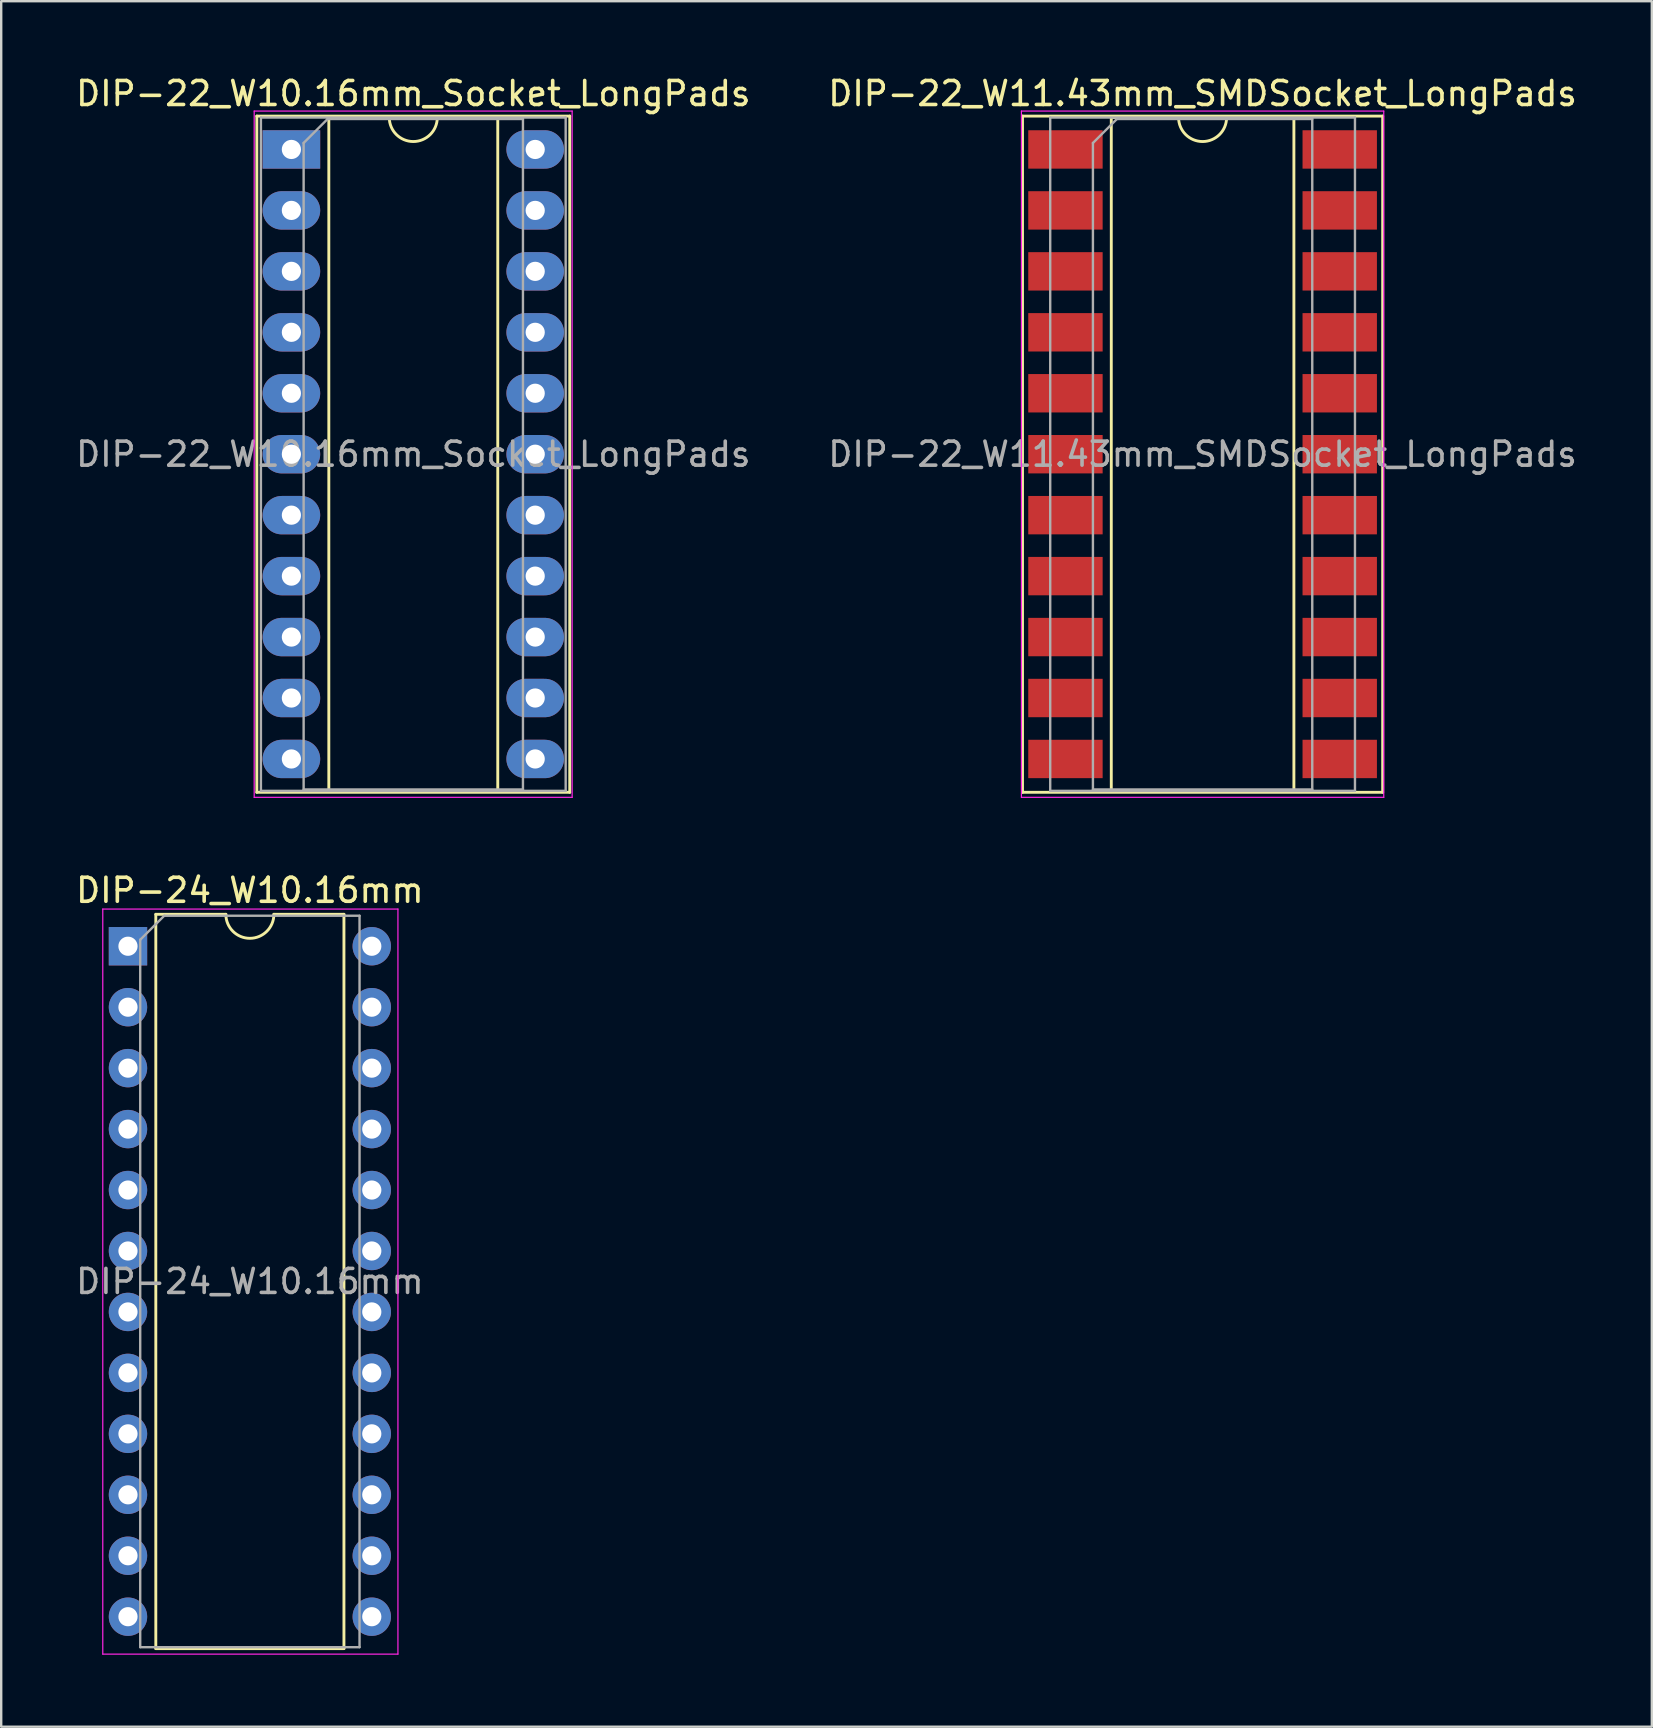
<source format=kicad_pcb>
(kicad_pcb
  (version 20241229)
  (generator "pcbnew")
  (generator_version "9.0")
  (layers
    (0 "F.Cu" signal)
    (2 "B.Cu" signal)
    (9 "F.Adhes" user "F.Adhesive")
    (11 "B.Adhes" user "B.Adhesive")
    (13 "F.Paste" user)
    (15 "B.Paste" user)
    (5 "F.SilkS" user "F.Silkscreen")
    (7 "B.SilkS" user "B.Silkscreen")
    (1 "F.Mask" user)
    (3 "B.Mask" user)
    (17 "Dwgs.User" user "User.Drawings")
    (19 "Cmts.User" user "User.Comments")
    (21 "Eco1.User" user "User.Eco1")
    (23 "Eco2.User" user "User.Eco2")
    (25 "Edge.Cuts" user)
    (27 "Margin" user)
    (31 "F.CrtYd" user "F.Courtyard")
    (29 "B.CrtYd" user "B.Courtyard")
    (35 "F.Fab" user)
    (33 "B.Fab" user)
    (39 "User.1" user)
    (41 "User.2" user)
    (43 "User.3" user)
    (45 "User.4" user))
  (footprint "DIP-24_W10.16mm"
    (layer "F.Cu")
    (at 2.283 36.382)
    (property "Reference" "DIP-24_W10.16mm" (at 5.08 -2.33 0) (layer "F.SilkS") (effects (font (size 1 1) (thickness 0.15))))
    (attr through_hole)
    (fp_line (start 1.16 -1.33) (end 1.16 29.27) (stroke (width 0.12) (type solid)) (layer "F.SilkS"))
    (fp_line (start 1.16 29.27) (end 9 29.27) (stroke (width 0.12) (type solid)) (layer "F.SilkS"))
    (fp_line (start 4.08 -1.33) (end 1.16 -1.33) (stroke (width 0.12) (type solid)) (layer "F.SilkS"))
    (fp_line (start 9 -1.33) (end 6.08 -1.33) (stroke (width 0.12) (type solid)) (layer "F.SilkS"))
    (fp_line (start 9 29.27) (end 9 -1.33) (stroke (width 0.12) (type solid)) (layer "F.SilkS"))
    (fp_arc (start 6.08 -1.33) (mid 5.08 -0.33) (end 4.08 -1.33) (stroke (width 0.12) (type solid)) (layer "F.SilkS"))
    (fp_line (start -1.05 -1.55) (end -1.05 29.5) (stroke (width 0.05) (type solid)) (layer "F.CrtYd"))
    (fp_line (start -1.05 29.5) (end 11.25 29.5) (stroke (width 0.05) (type solid)) (layer "F.CrtYd"))
    (fp_line (start 11.25 -1.55) (end -1.05 -1.55) (stroke (width 0.05) (type solid)) (layer "F.CrtYd"))
    (fp_line (start 11.25 29.5) (end 11.25 -1.55) (stroke (width 0.05) (type solid)) (layer "F.CrtYd"))
    (fp_line (start 0.51 -0.27) (end 1.51 -1.27) (stroke (width 0.1) (type solid)) (layer "F.Fab"))
    (fp_line (start 0.51 29.21) (end 0.51 -0.27) (stroke (width 0.1) (type solid)) (layer "F.Fab"))
    (fp_line (start 1.51 -1.27) (end 9.65 -1.27) (stroke (width 0.1) (type solid)) (layer "F.Fab"))
    (fp_line (start 9.65 -1.27) (end 9.65 29.21) (stroke (width 0.1) (type solid)) (layer "F.Fab"))
    (fp_line (start 9.65 29.21) (end 0.51 29.21) (stroke (width 0.1) (type solid)) (layer "F.Fab"))
    (fp_text user "${REFERENCE}" (at 5.08 13.97 0) (layer "F.Fab") (effects (font (size 1 1) (thickness 0.15))))
    (pad "1" thru_hole rect (at 0 0) (size 1.6 1.6) (drill 0.8) (layers "*.Cu" "*.Mask"))
    (pad "2" thru_hole oval (at 0 2.54) (size 1.6 1.6) (drill 0.8) (layers "*.Cu" "*.Mask"))
    (pad "3" thru_hole oval (at 0 5.08) (size 1.6 1.6) (drill 0.8) (layers "*.Cu" "*.Mask"))
    (pad "4" thru_hole oval (at 0 7.62) (size 1.6 1.6) (drill 0.8) (layers "*.Cu" "*.Mask"))
    (pad "5" thru_hole oval (at 0 10.16) (size 1.6 1.6) (drill 0.8) (layers "*.Cu" "*.Mask"))
    (pad "6" thru_hole oval (at 0 12.7) (size 1.6 1.6) (drill 0.8) (layers "*.Cu" "*.Mask"))
    (pad "7" thru_hole oval (at 0 15.24) (size 1.6 1.6) (drill 0.8) (layers "*.Cu" "*.Mask"))
    (pad "8" thru_hole oval (at 0 17.78) (size 1.6 1.6) (drill 0.8) (layers "*.Cu" "*.Mask"))
    (pad "9" thru_hole oval (at 0 20.32) (size 1.6 1.6) (drill 0.8) (layers "*.Cu" "*.Mask"))
    (pad "10" thru_hole oval (at 0 22.86) (size 1.6 1.6) (drill 0.8) (layers "*.Cu" "*.Mask"))
    (pad "11" thru_hole oval (at 0 25.4) (size 1.6 1.6) (drill 0.8) (layers "*.Cu" "*.Mask"))
    (pad "12" thru_hole oval (at 0 27.94) (size 1.6 1.6) (drill 0.8) (layers "*.Cu" "*.Mask"))
    (pad "13" thru_hole oval (at 10.16 27.94) (size 1.6 1.6) (drill 0.8) (layers "*.Cu" "*.Mask"))
    (pad "14" thru_hole oval (at 10.16 25.4) (size 1.6 1.6) (drill 0.8) (layers "*.Cu" "*.Mask"))
    (pad "15" thru_hole oval (at 10.16 22.86) (size 1.6 1.6) (drill 0.8) (layers "*.Cu" "*.Mask"))
    (pad "16" thru_hole oval (at 10.16 20.32) (size 1.6 1.6) (drill 0.8) (layers "*.Cu" "*.Mask"))
    (pad "17" thru_hole oval (at 10.16 17.78) (size 1.6 1.6) (drill 0.8) (layers "*.Cu" "*.Mask"))
    (pad "18" thru_hole oval (at 10.16 15.24) (size 1.6 1.6) (drill 0.8) (layers "*.Cu" "*.Mask"))
    (pad "19" thru_hole oval (at 10.16 12.7) (size 1.6 1.6) (drill 0.8) (layers "*.Cu" "*.Mask"))
    (pad "20" thru_hole oval (at 10.16 10.16) (size 1.6 1.6) (drill 0.8) (layers "*.Cu" "*.Mask"))
    (pad "21" thru_hole oval (at 10.16 7.62) (size 1.6 1.6) (drill 0.8) (layers "*.Cu" "*.Mask"))
    (pad "22" thru_hole oval (at 10.16 5.08) (size 1.6 1.6) (drill 0.8) (layers "*.Cu" "*.Mask"))
    (pad "23" thru_hole oval (at 10.16 2.54) (size 1.6 1.6) (drill 0.8) (layers "*.Cu" "*.Mask"))
    (pad "24" thru_hole oval (at 10.16 0) (size 1.6 1.6) (drill 0.8) (layers "*.Cu" "*.Mask")))
  (footprint "DIP-22_W10.16mm_Socket_LongPads"
    (layer "F.Cu")
    (at 9.093 3.178)
    (property "Reference" "DIP-22_W10.16mm_Socket_LongPads" (at 5.08 -2.33 0) (layer "F.SilkS") (effects (font (size 1 1) (thickness 0.15))))
    (attr through_hole)
    (fp_line (start -1.44 -1.39) (end -1.44 26.79) (stroke (width 0.12) (type solid)) (layer "F.SilkS"))
    (fp_line (start -1.44 26.79) (end 11.6 26.79) (stroke (width 0.12) (type solid)) (layer "F.SilkS"))
    (fp_line (start 1.56 -1.33) (end 1.56 26.73) (stroke (width 0.12) (type solid)) (layer "F.SilkS"))
    (fp_line (start 1.56 26.73) (end 8.6 26.73) (stroke (width 0.12) (type solid)) (layer "F.SilkS"))
    (fp_line (start 4.08 -1.33) (end 1.56 -1.33) (stroke (width 0.12) (type solid)) (layer "F.SilkS"))
    (fp_line (start 8.6 -1.33) (end 6.08 -1.33) (stroke (width 0.12) (type solid)) (layer "F.SilkS"))
    (fp_line (start 8.6 26.73) (end 8.6 -1.33) (stroke (width 0.12) (type solid)) (layer "F.SilkS"))
    (fp_line (start 11.6 -1.39) (end -1.44 -1.39) (stroke (width 0.12) (type solid)) (layer "F.SilkS"))
    (fp_line (start 11.6 26.79) (end 11.6 -1.39) (stroke (width 0.12) (type solid)) (layer "F.SilkS"))
    (fp_arc (start 6.08 -1.33) (mid 5.08 -0.33) (end 4.08 -1.33) (stroke (width 0.12) (type solid)) (layer "F.SilkS"))
    (fp_line (start -1.55 -1.6) (end -1.55 27) (stroke (width 0.05) (type solid)) (layer "F.CrtYd"))
    (fp_line (start -1.55 27) (end 11.7 27) (stroke (width 0.05) (type solid)) (layer "F.CrtYd"))
    (fp_line (start 11.7 -1.6) (end -1.55 -1.6) (stroke (width 0.05) (type solid)) (layer "F.CrtYd"))
    (fp_line (start 11.7 27) (end 11.7 -1.6) (stroke (width 0.05) (type solid)) (layer "F.CrtYd"))
    (fp_line (start -1.27 -1.33) (end -1.27 26.73) (stroke (width 0.1) (type solid)) (layer "F.Fab"))
    (fp_line (start -1.27 26.73) (end 11.43 26.73) (stroke (width 0.1) (type solid)) (layer "F.Fab"))
    (fp_line (start 0.51 -0.27) (end 1.51 -1.27) (stroke (width 0.1) (type solid)) (layer "F.Fab"))
    (fp_line (start 0.51 26.67) (end 0.51 -0.27) (stroke (width 0.1) (type solid)) (layer "F.Fab"))
    (fp_line (start 1.51 -1.27) (end 9.65 -1.27) (stroke (width 0.1) (type solid)) (layer "F.Fab"))
    (fp_line (start 9.65 -1.27) (end 9.65 26.67) (stroke (width 0.1) (type solid)) (layer "F.Fab"))
    (fp_line (start 9.65 26.67) (end 0.51 26.67) (stroke (width 0.1) (type solid)) (layer "F.Fab"))
    (fp_line (start 11.43 -1.33) (end -1.27 -1.33) (stroke (width 0.1) (type solid)) (layer "F.Fab"))
    (fp_line (start 11.43 26.73) (end 11.43 -1.33) (stroke (width 0.1) (type solid)) (layer "F.Fab"))
    (fp_text user "${REFERENCE}" (at 5.08 12.7 0) (layer "F.Fab") (effects (font (size 1 1) (thickness 0.15))))
    (pad "1" thru_hole rect (at 0 0) (size 2.4 1.6) (drill 0.8) (layers "*.Cu" "*.Mask"))
    (pad "2" thru_hole oval (at 0 2.54) (size 2.4 1.6) (drill 0.8) (layers "*.Cu" "*.Mask"))
    (pad "3" thru_hole oval (at 0 5.08) (size 2.4 1.6) (drill 0.8) (layers "*.Cu" "*.Mask"))
    (pad "4" thru_hole oval (at 0 7.62) (size 2.4 1.6) (drill 0.8) (layers "*.Cu" "*.Mask"))
    (pad "5" thru_hole oval (at 0 10.16) (size 2.4 1.6) (drill 0.8) (layers "*.Cu" "*.Mask"))
    (pad "6" thru_hole oval (at 0 12.7) (size 2.4 1.6) (drill 0.8) (layers "*.Cu" "*.Mask"))
    (pad "7" thru_hole oval (at 0 15.24) (size 2.4 1.6) (drill 0.8) (layers "*.Cu" "*.Mask"))
    (pad "8" thru_hole oval (at 0 17.78) (size 2.4 1.6) (drill 0.8) (layers "*.Cu" "*.Mask"))
    (pad "9" thru_hole oval (at 0 20.32) (size 2.4 1.6) (drill 0.8) (layers "*.Cu" "*.Mask"))
    (pad "10" thru_hole oval (at 0 22.86) (size 2.4 1.6) (drill 0.8) (layers "*.Cu" "*.Mask"))
    (pad "11" thru_hole oval (at 0 25.4) (size 2.4 1.6) (drill 0.8) (layers "*.Cu" "*.Mask"))
    (pad "12" thru_hole oval (at 10.16 25.4) (size 2.4 1.6) (drill 0.8) (layers "*.Cu" "*.Mask"))
    (pad "13" thru_hole oval (at 10.16 22.86) (size 2.4 1.6) (drill 0.8) (layers "*.Cu" "*.Mask"))
    (pad "14" thru_hole oval (at 10.16 20.32) (size 2.4 1.6) (drill 0.8) (layers "*.Cu" "*.Mask"))
    (pad "15" thru_hole oval (at 10.16 17.78) (size 2.4 1.6) (drill 0.8) (layers "*.Cu" "*.Mask"))
    (pad "16" thru_hole oval (at 10.16 15.24) (size 2.4 1.6) (drill 0.8) (layers "*.Cu" "*.Mask"))
    (pad "17" thru_hole oval (at 10.16 12.7) (size 2.4 1.6) (drill 0.8) (layers "*.Cu" "*.Mask"))
    (pad "18" thru_hole oval (at 10.16 10.16) (size 2.4 1.6) (drill 0.8) (layers "*.Cu" "*.Mask"))
    (pad "19" thru_hole oval (at 10.16 7.62) (size 2.4 1.6) (drill 0.8) (layers "*.Cu" "*.Mask"))
    (pad "20" thru_hole oval (at 10.16 5.08) (size 2.4 1.6) (drill 0.8) (layers "*.Cu" "*.Mask"))
    (pad "21" thru_hole oval (at 10.16 2.54) (size 2.4 1.6) (drill 0.8) (layers "*.Cu" "*.Mask"))
    (pad "22" thru_hole oval (at 10.16 0) (size 2.4 1.6) (drill 0.8) (layers "*.Cu" "*.Mask")))
  (footprint "DIP-22_W11.43mm_SMDSocket_LongPads"
    (layer "F.Cu")
    (at 47.065 15.878)
    (property "Reference" "DIP-22_W11.43mm_SMDSocket_LongPads" (at 0 -15.03 0) (layer "F.SilkS") (effects (font (size 1 1) (thickness 0.15))))
    (attr smd)
    (fp_line (start -7.505 -14.09) (end -7.505 14.09) (stroke (width 0.12) (type solid)) (layer "F.SilkS"))
    (fp_line (start -7.505 14.09) (end 7.505 14.09) (stroke (width 0.12) (type solid)) (layer "F.SilkS"))
    (fp_line (start -3.805 -14.03) (end -3.805 14.03) (stroke (width 0.12) (type solid)) (layer "F.SilkS"))
    (fp_line (start -3.805 14.03) (end 3.805 14.03) (stroke (width 0.12) (type solid)) (layer "F.SilkS"))
    (fp_line (start -1 -14.03) (end -3.805 -14.03) (stroke (width 0.12) (type solid)) (layer "F.SilkS"))
    (fp_line (start 3.805 -14.03) (end 1 -14.03) (stroke (width 0.12) (type solid)) (layer "F.SilkS"))
    (fp_line (start 3.805 14.03) (end 3.805 -14.03) (stroke (width 0.12) (type solid)) (layer "F.SilkS"))
    (fp_line (start 7.505 -14.09) (end -7.505 -14.09) (stroke (width 0.12) (type solid)) (layer "F.SilkS"))
    (fp_line (start 7.505 14.09) (end 7.505 -14.09) (stroke (width 0.12) (type solid)) (layer "F.SilkS"))
    (fp_arc (start 1 -14.03) (mid 0 -13.03) (end -1 -14.03) (stroke (width 0.12) (type solid)) (layer "F.SilkS"))
    (fp_line (start -7.55 -14.3) (end -7.55 14.3) (stroke (width 0.05) (type solid)) (layer "F.CrtYd"))
    (fp_line (start -7.55 14.3) (end 7.55 14.3) (stroke (width 0.05) (type solid)) (layer "F.CrtYd"))
    (fp_line (start 7.55 -14.3) (end -7.55 -14.3) (stroke (width 0.05) (type solid)) (layer "F.CrtYd"))
    (fp_line (start 7.55 14.3) (end 7.55 -14.3) (stroke (width 0.05) (type solid)) (layer "F.CrtYd"))
    (fp_line (start -6.35 -14.03) (end -6.35 14.03) (stroke (width 0.1) (type solid)) (layer "F.Fab"))
    (fp_line (start -6.35 14.03) (end 6.35 14.03) (stroke (width 0.1) (type solid)) (layer "F.Fab"))
    (fp_line (start -4.57 -12.97) (end -3.57 -13.97) (stroke (width 0.1) (type solid)) (layer "F.Fab"))
    (fp_line (start -4.57 13.97) (end -4.57 -12.97) (stroke (width 0.1) (type solid)) (layer "F.Fab"))
    (fp_line (start -3.57 -13.97) (end 4.57 -13.97) (stroke (width 0.1) (type solid)) (layer "F.Fab"))
    (fp_line (start 4.57 -13.97) (end 4.57 13.97) (stroke (width 0.1) (type solid)) (layer "F.Fab"))
    (fp_line (start 4.57 13.97) (end -4.57 13.97) (stroke (width 0.1) (type solid)) (layer "F.Fab"))
    (fp_line (start 6.35 -14.03) (end -6.35 -14.03) (stroke (width 0.1) (type solid)) (layer "F.Fab"))
    (fp_line (start 6.35 14.03) (end 6.35 -14.03) (stroke (width 0.1) (type solid)) (layer "F.Fab"))
    (fp_text user "${REFERENCE}" (at 0 0 0) (layer "F.Fab") (effects (font (size 1 1) (thickness 0.15))))
    (pad "1" smd rect (at -5.715 -12.7) (size 3.1 1.6) (layers "F.Cu" "F.Mask" "F.Paste"))
    (pad "2" smd rect (at -5.715 -10.16) (size 3.1 1.6) (layers "F.Cu" "F.Mask" "F.Paste"))
    (pad "3" smd rect (at -5.715 -7.62) (size 3.1 1.6) (layers "F.Cu" "F.Mask" "F.Paste"))
    (pad "4" smd rect (at -5.715 -5.08) (size 3.1 1.6) (layers "F.Cu" "F.Mask" "F.Paste"))
    (pad "5" smd rect (at -5.715 -2.54) (size 3.1 1.6) (layers "F.Cu" "F.Mask" "F.Paste"))
    (pad "6" smd rect (at -5.715 0) (size 3.1 1.6) (layers "F.Cu" "F.Mask" "F.Paste"))
    (pad "7" smd rect (at -5.715 2.54) (size 3.1 1.6) (layers "F.Cu" "F.Mask" "F.Paste"))
    (pad "8" smd rect (at -5.715 5.08) (size 3.1 1.6) (layers "F.Cu" "F.Mask" "F.Paste"))
    (pad "9" smd rect (at -5.715 7.62) (size 3.1 1.6) (layers "F.Cu" "F.Mask" "F.Paste"))
    (pad "10" smd rect (at -5.715 10.16) (size 3.1 1.6) (layers "F.Cu" "F.Mask" "F.Paste"))
    (pad "11" smd rect (at -5.715 12.7) (size 3.1 1.6) (layers "F.Cu" "F.Mask" "F.Paste"))
    (pad "12" smd rect (at 5.715 12.7) (size 3.1 1.6) (layers "F.Cu" "F.Mask" "F.Paste"))
    (pad "13" smd rect (at 5.715 10.16) (size 3.1 1.6) (layers "F.Cu" "F.Mask" "F.Paste"))
    (pad "14" smd rect (at 5.715 7.62) (size 3.1 1.6) (layers "F.Cu" "F.Mask" "F.Paste"))
    (pad "15" smd rect (at 5.715 5.08) (size 3.1 1.6) (layers "F.Cu" "F.Mask" "F.Paste"))
    (pad "16" smd rect (at 5.715 2.54) (size 3.1 1.6) (layers "F.Cu" "F.Mask" "F.Paste"))
    (pad "17" smd rect (at 5.715 0) (size 3.1 1.6) (layers "F.Cu" "F.Mask" "F.Paste"))
    (pad "18" smd rect (at 5.715 -2.54) (size 3.1 1.6) (layers "F.Cu" "F.Mask" "F.Paste"))
    (pad "19" smd rect (at 5.715 -5.08) (size 3.1 1.6) (layers "F.Cu" "F.Mask" "F.Paste"))
    (pad "20" smd rect (at 5.715 -7.62) (size 3.1 1.6) (layers "F.Cu" "F.Mask" "F.Paste"))
    (pad "21" smd rect (at 5.715 -10.16) (size 3.1 1.6) (layers "F.Cu" "F.Mask" "F.Paste"))
    (pad "22" smd rect (at 5.715 -12.7) (size 3.1 1.6) (layers "F.Cu" "F.Mask" "F.Paste")))
  (gr_rect
    (start -3 -3)
    (end 65.786 68.906)
    (stroke (width 0.1) (type default))
    (fill no)
    (layer "Edge.Cuts")))
</source>
